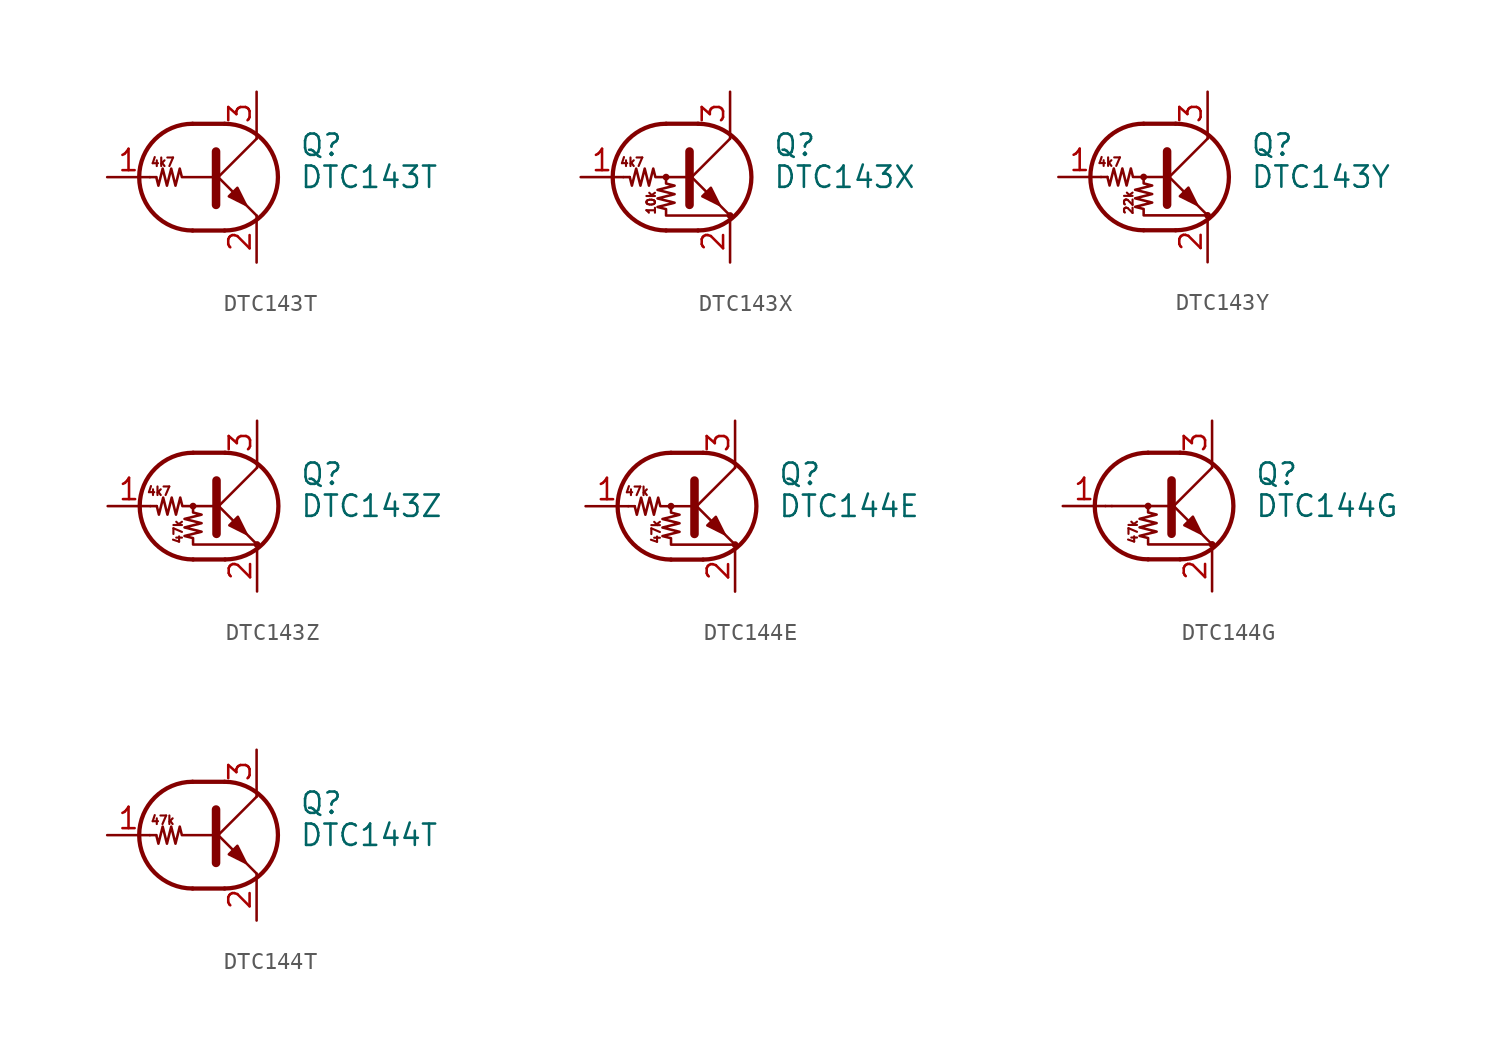
<source format=kicad_sym>
(kicad_symbol_lib
  (version 20201005)
  (generator kicad_symbol_editor)
  (symbol "DTC143T"
    (pin_names
      (offset 0) hide)
    (property "Reference" "Q"
      (at 5.08 1.905 0)
      (effects (font (size 1.27 1.27)) (justify left)))
    (property "Value" "DTC143T"
      (at 5.08 0 0)
      (effects (font (size 1.27 1.27)) (justify left)))
    (symbol "DTC143T_0_0"
      (text "4k7" (at -3.048 0.889 0) (effects (font (size 0.508 0.508))))
      (polyline (pts (xy 2.54 -2.286) (xy 2.54 -2.54)) (stroke (width 0)) (fill (type none))))
    (symbol "DTC143T_0_1"
      (arc (start -1.27 3.175) (end -1.27 -3.175) (radius (at -1.27 0) (length 3.175) (angles 90.1 -90.1)) (stroke (width 0.254)) (fill (type none)))
      (arc (start 0.635 -3.175) (end 0.635 3.175) (radius (at 0.635 0) (length 3.175) (angles -89.9 89.9)) (stroke (width 0.254)) (fill (type none)))
      (polyline (pts (xy -3.429 0) (xy -3.81 0)) (stroke (width 0)) (fill (type none)))
      (polyline (pts (xy -1.27 -3.175) (xy 0.635 -3.175)) (stroke (width 0.254)) (fill (type none)))
      (polyline (pts (xy -1.27 3.175) (xy 0.635 3.175)) (stroke (width 0.254)) (fill (type none)))
      (polyline (pts (xy 0 -0.254) (xy 2.54 2.286)) (stroke (width 0)) (fill (type none)))
      (polyline (pts (xy 0.127 1.524) (xy 0.127 -1.651)) (stroke (width 0.508)) (fill (type outline)))
      (polyline (pts (xy 2.54 2.286) (xy 2.54 2.54)) (stroke (width 0)) (fill (type none)))
      (polyline (pts (xy 2.54 -2.286) (xy 0 0.254) (xy 0 0.254)) (stroke (width 0)) (fill (type none)))
      (polyline (pts (xy 0.889 -1.143) (xy 1.397 -0.635) (xy 1.905 -1.651) (xy 0.889 -1.143)) (stroke (width 0)) (fill (type outline)))
      (polyline (pts (xy 0 0) (xy -1.905 0) (xy -2.032 0.508) (xy -2.286 -0.508) (xy -2.54 0.508) (xy -2.794 -0.508) (xy -3.048 0.508) (xy -3.302 -0.508) (xy -3.429 0)) (stroke (width 0)) (fill (type none))))
    (symbol "DTC143T_1_1"
      (pin input line (at -6.35 0 0) (length 2.54) (name "B" (effects (font (size 1.27 1.27)))) (number "1" (effects (font (size 1.27 1.27)))))
      (pin passive line (at 2.54 -5.08 90) (length 2.54) (name "E" (effects (font (size 1.27 1.27)))) (number "2" (effects (font (size 1.27 1.27)))))
      (pin passive line (at 2.54 5.08 270) (length 2.54) (name "C" (effects (font (size 1.27 1.27)))) (number "3" (effects (font (size 1.27 1.27)))))))
  (symbol "DTC143X"
    (pin_names
      (offset 0) hide)
    (property "Reference" "Q"
      (at 5.08 1.905 0)
      (effects (font (size 1.27 1.27)) (justify left)))
    (property "Value" "DTC143X"
      (at 5.08 0 0)
      (effects (font (size 1.27 1.27)) (justify left)))
    (symbol "DTC143X_0_0"
      (text "10k" (at -2.159 -1.524 900) (effects (font (size 0.508 0.508))))
      (text "4k7" (at -3.302 0.889 0) (effects (font (size 0.508 0.508)))))
    (symbol "DTC143X_0_1"
      (arc (start -1.27 3.175) (end -1.27 -3.175) (radius (at -1.27 0) (length 3.175) (angles 90.1 -90.1)) (stroke (width 0.254)) (fill (type none)))
      (arc (start 0.635 -3.175) (end 0.635 3.175) (radius (at 0.635 0) (length 3.175) (angles -89.9 89.9)) (stroke (width 0.254)) (fill (type none)))
      (circle (center -1.27 0) (radius 0.127) (stroke (width 0)) (fill (type none)))
      (circle (center 2.54 -2.286) (radius 0.127) (stroke (width 0)) (fill (type none)))
      (polyline (pts (xy -3.429 0) (xy -3.81 0)) (stroke (width 0)) (fill (type none)))
      (polyline (pts (xy -1.27 -3.175) (xy 0.635 -3.175)) (stroke (width 0.254)) (fill (type none)))
      (polyline (pts (xy -1.27 3.175) (xy 0.635 3.175)) (stroke (width 0.254)) (fill (type none)))
      (polyline (pts (xy 0 -0.254) (xy 2.54 2.286)) (stroke (width 0)) (fill (type none)))
      (polyline (pts (xy 0.127 1.524) (xy 0.127 -1.651)) (stroke (width 0.508)) (fill (type outline)))
      (polyline (pts (xy 2.54 2.286) (xy 2.54 2.54)) (stroke (width 0)) (fill (type none)))
      (polyline (pts (xy 2.54 -2.286) (xy 0 0.254) (xy 0 0.254)) (stroke (width 0)) (fill (type none)))
      (polyline (pts (xy 0.889 -1.143) (xy 1.397 -0.635) (xy 1.905 -1.651) (xy 0.889 -1.143)) (stroke (width 0)) (fill (type outline)))
      (polyline (pts (xy 0 0) (xy -1.905 0) (xy -2.032 0.508) (xy -2.286 -0.508) (xy -2.54 0.508) (xy -2.794 -0.508) (xy -3.048 0.508) (xy -3.302 -0.508) (xy -3.429 0)) (stroke (width 0)) (fill (type none)))
      (polyline (pts (xy -1.27 0) (xy -1.27 -0.381) (xy -0.762 -0.508) (xy -1.778 -0.762) (xy -0.762 -1.016) (xy -1.778 -1.27) (xy -0.762 -1.524) (xy -1.778 -1.778) (xy -1.27 -1.905) (xy -1.27 -2.286) (xy 2.54 -2.286)) (stroke (width 0)) (fill (type none))))
    (symbol "DTC143X_1_1"
      (pin input line (at -6.35 0 0) (length 2.54) (name "B" (effects (font (size 1.27 1.27)))) (number "1" (effects (font (size 1.27 1.27)))))
      (pin passive line (at 2.54 -5.08 90) (length 2.54) (name "E" (effects (font (size 1.27 1.27)))) (number "2" (effects (font (size 1.27 1.27)))))
      (pin passive line (at 2.54 5.08 270) (length 2.54) (name "C" (effects (font (size 1.27 1.27)))) (number "3" (effects (font (size 1.27 1.27)))))))
  (symbol "DTC143Y"
    (pin_names
      (offset 0) hide)
    (property "Reference" "Q"
      (at 5.08 1.905 0)
      (effects (font (size 1.27 1.27)) (justify left)))
    (property "Value" "DTC143Y"
      (at 5.08 0 0)
      (effects (font (size 1.27 1.27)) (justify left)))
    (symbol "DTC143Y_0_0"
      (text "22k" (at -2.159 -1.524 900) (effects (font (size 0.508 0.508))))
      (text "4k7" (at -3.302 0.889 0) (effects (font (size 0.508 0.508)))))
    (symbol "DTC143Y_0_1"
      (arc (start -1.27 3.175) (end -1.27 -3.175) (radius (at -1.27 0) (length 3.175) (angles 90.1 -90.1)) (stroke (width 0.254)) (fill (type none)))
      (arc (start 0.635 -3.175) (end 0.635 3.175) (radius (at 0.635 0) (length 3.175) (angles -89.9 89.9)) (stroke (width 0.254)) (fill (type none)))
      (circle (center -1.27 0) (radius 0.127) (stroke (width 0)) (fill (type none)))
      (circle (center 2.54 -2.286) (radius 0.127) (stroke (width 0)) (fill (type none)))
      (polyline (pts (xy -3.429 0) (xy -3.81 0)) (stroke (width 0)) (fill (type none)))
      (polyline (pts (xy -1.27 -3.175) (xy 0.635 -3.175)) (stroke (width 0.254)) (fill (type none)))
      (polyline (pts (xy -1.27 3.175) (xy 0.635 3.175)) (stroke (width 0.254)) (fill (type none)))
      (polyline (pts (xy 0 -0.254) (xy 2.54 2.286)) (stroke (width 0)) (fill (type none)))
      (polyline (pts (xy 0.127 1.524) (xy 0.127 -1.651)) (stroke (width 0.508)) (fill (type outline)))
      (polyline (pts (xy 2.54 2.286) (xy 2.54 2.54)) (stroke (width 0)) (fill (type none)))
      (polyline (pts (xy 2.54 -2.286) (xy 0 0.254) (xy 0 0.254)) (stroke (width 0)) (fill (type none)))
      (polyline (pts (xy 0.889 -1.143) (xy 1.397 -0.635) (xy 1.905 -1.651) (xy 0.889 -1.143)) (stroke (width 0)) (fill (type outline)))
      (polyline (pts (xy 0 0) (xy -1.905 0) (xy -2.032 0.508) (xy -2.286 -0.508) (xy -2.54 0.508) (xy -2.794 -0.508) (xy -3.048 0.508) (xy -3.302 -0.508) (xy -3.429 0)) (stroke (width 0)) (fill (type none)))
      (polyline (pts (xy -1.27 0) (xy -1.27 -0.381) (xy -0.762 -0.508) (xy -1.778 -0.762) (xy -0.762 -1.016) (xy -1.778 -1.27) (xy -0.762 -1.524) (xy -1.778 -1.778) (xy -1.27 -1.905) (xy -1.27 -2.286) (xy 2.54 -2.286)) (stroke (width 0)) (fill (type none))))
    (symbol "DTC143Y_1_1"
      (pin input line (at -6.35 0 0) (length 2.54) (name "B" (effects (font (size 1.27 1.27)))) (number "1" (effects (font (size 1.27 1.27)))))
      (pin passive line (at 2.54 -5.08 90) (length 2.54) (name "E" (effects (font (size 1.27 1.27)))) (number "2" (effects (font (size 1.27 1.27)))))
      (pin passive line (at 2.54 5.08 270) (length 2.54) (name "C" (effects (font (size 1.27 1.27)))) (number "3" (effects (font (size 1.27 1.27)))))))
  (symbol "DTC143Z"
    (pin_names
      (offset 0) hide)
    (property "Reference" "Q"
      (at 5.08 1.905 0)
      (effects (font (size 1.27 1.27)) (justify left)))
    (property "Value" "DTC143Z"
      (at 5.08 0 0)
      (effects (font (size 1.27 1.27)) (justify left)))
    (symbol "DTC143Z_0_0"
      (text "47k" (at -2.159 -1.524 900) (effects (font (size 0.508 0.508))))
      (text "4k7" (at -3.302 0.889 0) (effects (font (size 0.508 0.508)))))
    (symbol "DTC143Z_0_1"
      (arc (start -1.27 3.175) (end -1.27 -3.175) (radius (at -1.27 0) (length 3.175) (angles 90.1 -90.1)) (stroke (width 0.254)) (fill (type none)))
      (arc (start 0.635 -3.175) (end 0.635 3.175) (radius (at 0.635 0) (length 3.175) (angles -89.9 89.9)) (stroke (width 0.254)) (fill (type none)))
      (circle (center -1.27 0) (radius 0.127) (stroke (width 0)) (fill (type none)))
      (circle (center 2.54 -2.286) (radius 0.127) (stroke (width 0)) (fill (type none)))
      (polyline (pts (xy -3.429 0) (xy -3.81 0)) (stroke (width 0)) (fill (type none)))
      (polyline (pts (xy -1.27 -3.175) (xy 0.635 -3.175)) (stroke (width 0.254)) (fill (type none)))
      (polyline (pts (xy -1.27 3.175) (xy 0.635 3.175)) (stroke (width 0.254)) (fill (type none)))
      (polyline (pts (xy 0 -0.254) (xy 2.54 2.286)) (stroke (width 0)) (fill (type none)))
      (polyline (pts (xy 0.127 1.524) (xy 0.127 -1.651)) (stroke (width 0.508)) (fill (type outline)))
      (polyline (pts (xy 2.54 2.286) (xy 2.54 2.54)) (stroke (width 0)) (fill (type none)))
      (polyline (pts (xy 2.54 -2.286) (xy 0 0.254) (xy 0 0.254)) (stroke (width 0)) (fill (type none)))
      (polyline (pts (xy 0.889 -1.143) (xy 1.397 -0.635) (xy 1.905 -1.651) (xy 0.889 -1.143)) (stroke (width 0)) (fill (type outline)))
      (polyline (pts (xy 0 0) (xy -1.905 0) (xy -2.032 0.508) (xy -2.286 -0.508) (xy -2.54 0.508) (xy -2.794 -0.508) (xy -3.048 0.508) (xy -3.302 -0.508) (xy -3.429 0)) (stroke (width 0)) (fill (type none)))
      (polyline (pts (xy -1.27 0) (xy -1.27 -0.381) (xy -0.762 -0.508) (xy -1.778 -0.762) (xy -0.762 -1.016) (xy -1.778 -1.27) (xy -0.762 -1.524) (xy -1.778 -1.778) (xy -1.27 -1.905) (xy -1.27 -2.286) (xy 2.54 -2.286)) (stroke (width 0)) (fill (type none))))
    (symbol "DTC143Z_1_1"
      (pin input line (at -6.35 0 0) (length 2.54) (name "B" (effects (font (size 1.27 1.27)))) (number "1" (effects (font (size 1.27 1.27)))))
      (pin passive line (at 2.54 -5.08 90) (length 2.54) (name "E" (effects (font (size 1.27 1.27)))) (number "2" (effects (font (size 1.27 1.27)))))
      (pin passive line (at 2.54 5.08 270) (length 2.54) (name "C" (effects (font (size 1.27 1.27)))) (number "3" (effects (font (size 1.27 1.27)))))))
  (symbol "DTC144E"
    (pin_names
      (offset 0) hide)
    (property "Reference" "Q"
      (at 5.08 1.905 0)
      (effects (font (size 1.27 1.27)) (justify left)))
    (property "Value" "DTC144E"
      (at 5.08 0 0)
      (effects (font (size 1.27 1.27)) (justify left)))
    (symbol "DTC144E_0_0"
      (text "47k" (at -3.302 0.889 0) (effects (font (size 0.508 0.508))))
      (text "47k" (at -2.159 -1.524 900) (effects (font (size 0.508 0.508)))))
    (symbol "DTC144E_0_1"
      (arc (start -1.27 3.175) (end -1.27 -3.175) (radius (at -1.27 0) (length 3.175) (angles 90.1 -90.1)) (stroke (width 0.254)) (fill (type none)))
      (arc (start 0.635 -3.175) (end 0.635 3.175) (radius (at 0.635 0) (length 3.175) (angles -89.9 89.9)) (stroke (width 0.254)) (fill (type none)))
      (circle (center -1.27 0) (radius 0.127) (stroke (width 0)) (fill (type none)))
      (circle (center 2.54 -2.286) (radius 0.127) (stroke (width 0)) (fill (type none)))
      (polyline (pts (xy -3.429 0) (xy -3.81 0)) (stroke (width 0)) (fill (type none)))
      (polyline (pts (xy -1.27 -3.175) (xy 0.635 -3.175)) (stroke (width 0.254)) (fill (type none)))
      (polyline (pts (xy -1.27 3.175) (xy 0.635 3.175)) (stroke (width 0.254)) (fill (type none)))
      (polyline (pts (xy 0 -0.254) (xy 2.54 2.286)) (stroke (width 0)) (fill (type none)))
      (polyline (pts (xy 0.127 1.524) (xy 0.127 -1.651)) (stroke (width 0.508)) (fill (type outline)))
      (polyline (pts (xy 2.54 2.286) (xy 2.54 2.54)) (stroke (width 0)) (fill (type none)))
      (polyline (pts (xy 2.54 -2.286) (xy 0 0.254) (xy 0 0.254)) (stroke (width 0)) (fill (type none)))
      (polyline (pts (xy 0.889 -1.143) (xy 1.397 -0.635) (xy 1.905 -1.651) (xy 0.889 -1.143)) (stroke (width 0)) (fill (type outline)))
      (polyline (pts (xy 0 0) (xy -1.905 0) (xy -2.032 0.508) (xy -2.286 -0.508) (xy -2.54 0.508) (xy -2.794 -0.508) (xy -3.048 0.508) (xy -3.302 -0.508) (xy -3.429 0)) (stroke (width 0)) (fill (type none)))
      (polyline (pts (xy -1.27 0) (xy -1.27 -0.381) (xy -0.762 -0.508) (xy -1.778 -0.762) (xy -0.762 -1.016) (xy -1.778 -1.27) (xy -0.762 -1.524) (xy -1.778 -1.778) (xy -1.27 -1.905) (xy -1.27 -2.286) (xy 2.54 -2.286)) (stroke (width 0)) (fill (type none))))
    (symbol "DTC144E_1_1"
      (pin input line (at -6.35 0 0) (length 2.54) (name "B" (effects (font (size 1.27 1.27)))) (number "1" (effects (font (size 1.27 1.27)))))
      (pin passive line (at 2.54 -5.08 90) (length 2.54) (name "E" (effects (font (size 1.27 1.27)))) (number "2" (effects (font (size 1.27 1.27)))))
      (pin passive line (at 2.54 5.08 270) (length 2.54) (name "C" (effects (font (size 1.27 1.27)))) (number "3" (effects (font (size 1.27 1.27)))))))
  (symbol "DTC144G"
    (pin_names
      (offset 0) hide)
    (property "Reference" "Q"
      (at 5.08 1.905 0)
      (effects (font (size 1.27 1.27)) (justify left)))
    (property "Value" "DTC144G"
      (at 5.08 0 0)
      (effects (font (size 1.27 1.27)) (justify left)))
    (symbol "DTC144G_0_0"
      (text "47k" (at -2.159 -1.524 900) (effects (font (size 0.508 0.508))))
      (polyline (pts (xy -3.429 0) (xy 0 0)) (stroke (width 0)) (fill (type none))))
    (symbol "DTC144G_0_1"
      (arc (start -1.27 3.175) (end -1.27 -3.175) (radius (at -1.27 0) (length 3.175) (angles 90.1 -90.1)) (stroke (width 0.254)) (fill (type none)))
      (arc (start 0.635 -3.175) (end 0.635 3.175) (radius (at 0.635 0) (length 3.175) (angles -89.9 89.9)) (stroke (width 0.254)) (fill (type none)))
      (circle (center -1.27 0) (radius 0.127) (stroke (width 0)) (fill (type none)))
      (circle (center 2.54 -2.286) (radius 0.127) (stroke (width 0)) (fill (type none)))
      (polyline (pts (xy -3.429 0) (xy -3.81 0)) (stroke (width 0)) (fill (type none)))
      (polyline (pts (xy -1.27 -3.175) (xy 0.635 -3.175)) (stroke (width 0.254)) (fill (type none)))
      (polyline (pts (xy -1.27 3.175) (xy 0.635 3.175)) (stroke (width 0.254)) (fill (type none)))
      (polyline (pts (xy 0 -0.254) (xy 2.54 2.286)) (stroke (width 0)) (fill (type none)))
      (polyline (pts (xy 0.127 1.524) (xy 0.127 -1.651)) (stroke (width 0.508)) (fill (type outline)))
      (polyline (pts (xy 2.54 2.286) (xy 2.54 2.54)) (stroke (width 0)) (fill (type none)))
      (polyline (pts (xy 2.54 -2.286) (xy 0 0.254) (xy 0 0.254)) (stroke (width 0)) (fill (type none)))
      (polyline (pts (xy 0.889 -1.143) (xy 1.397 -0.635) (xy 1.905 -1.651) (xy 0.889 -1.143)) (stroke (width 0)) (fill (type outline)))
      (polyline (pts (xy -1.27 0) (xy -1.27 -0.381) (xy -0.762 -0.508) (xy -1.778 -0.762) (xy -0.762 -1.016) (xy -1.778 -1.27) (xy -0.762 -1.524) (xy -1.778 -1.778) (xy -1.27 -1.905) (xy -1.27 -2.286) (xy 2.54 -2.286)) (stroke (width 0)) (fill (type none))))
    (symbol "DTC144G_1_1"
      (pin input line (at -6.35 0 0) (length 2.54) (name "B" (effects (font (size 1.27 1.27)))) (number "1" (effects (font (size 1.27 1.27)))))
      (pin passive line (at 2.54 -5.08 90) (length 2.54) (name "E" (effects (font (size 1.27 1.27)))) (number "2" (effects (font (size 1.27 1.27)))))
      (pin passive line (at 2.54 5.08 270) (length 2.54) (name "C" (effects (font (size 1.27 1.27)))) (number "3" (effects (font (size 1.27 1.27)))))))
  (symbol "DTC144T"
    (pin_names
      (offset 0) hide)
    (property "Reference" "Q"
      (at 5.08 1.905 0)
      (effects (font (size 1.27 1.27)) (justify left)))
    (property "Value" "DTC144T"
      (at 5.08 0 0)
      (effects (font (size 1.27 1.27)) (justify left)))
    (symbol "DTC144T_0_0"
      (text "47k" (at -3.048 0.889 0) (effects (font (size 0.508 0.508))))
      (polyline (pts (xy 2.54 -2.286) (xy 2.54 -2.54)) (stroke (width 0)) (fill (type none))))
    (symbol "DTC144T_0_1"
      (arc (start -1.27 3.175) (end -1.27 -3.175) (radius (at -1.27 0) (length 3.175) (angles 90.1 -90.1)) (stroke (width 0.254)) (fill (type none)))
      (arc (start 0.635 -3.175) (end 0.635 3.175) (radius (at 0.635 0) (length 3.175) (angles -89.9 89.9)) (stroke (width 0.254)) (fill (type none)))
      (polyline (pts (xy -3.429 0) (xy -3.81 0)) (stroke (width 0)) (fill (type none)))
      (polyline (pts (xy -1.27 -3.175) (xy 0.635 -3.175)) (stroke (width 0.254)) (fill (type none)))
      (polyline (pts (xy -1.27 3.175) (xy 0.635 3.175)) (stroke (width 0.254)) (fill (type none)))
      (polyline (pts (xy 0 -0.254) (xy 2.54 2.286)) (stroke (width 0)) (fill (type none)))
      (polyline (pts (xy 0.127 1.524) (xy 0.127 -1.651)) (stroke (width 0.508)) (fill (type outline)))
      (polyline (pts (xy 2.54 2.286) (xy 2.54 2.54)) (stroke (width 0)) (fill (type none)))
      (polyline (pts (xy 2.54 -2.286) (xy 0 0.254) (xy 0 0.254)) (stroke (width 0)) (fill (type none)))
      (polyline (pts (xy 0.889 -1.143) (xy 1.397 -0.635) (xy 1.905 -1.651) (xy 0.889 -1.143)) (stroke (width 0)) (fill (type outline)))
      (polyline (pts (xy 0 0) (xy -1.905 0) (xy -2.032 0.508) (xy -2.286 -0.508) (xy -2.54 0.508) (xy -2.794 -0.508) (xy -3.048 0.508) (xy -3.302 -0.508) (xy -3.429 0)) (stroke (width 0)) (fill (type none))))
    (symbol "DTC144T_1_1"
      (pin input line (at -6.35 0 0) (length 2.54) (name "B" (effects (font (size 1.27 1.27)))) (number "1" (effects (font (size 1.27 1.27)))))
      (pin passive line (at 2.54 -5.08 90) (length 2.54) (name "E" (effects (font (size 1.27 1.27)))) (number "2" (effects (font (size 1.27 1.27)))))
      (pin passive line (at 2.54 5.08 270) (length 2.54) (name "C" (effects (font (size 1.27 1.27)))) (number "3" (effects (font (size 1.27 1.27))))))))
</source>
